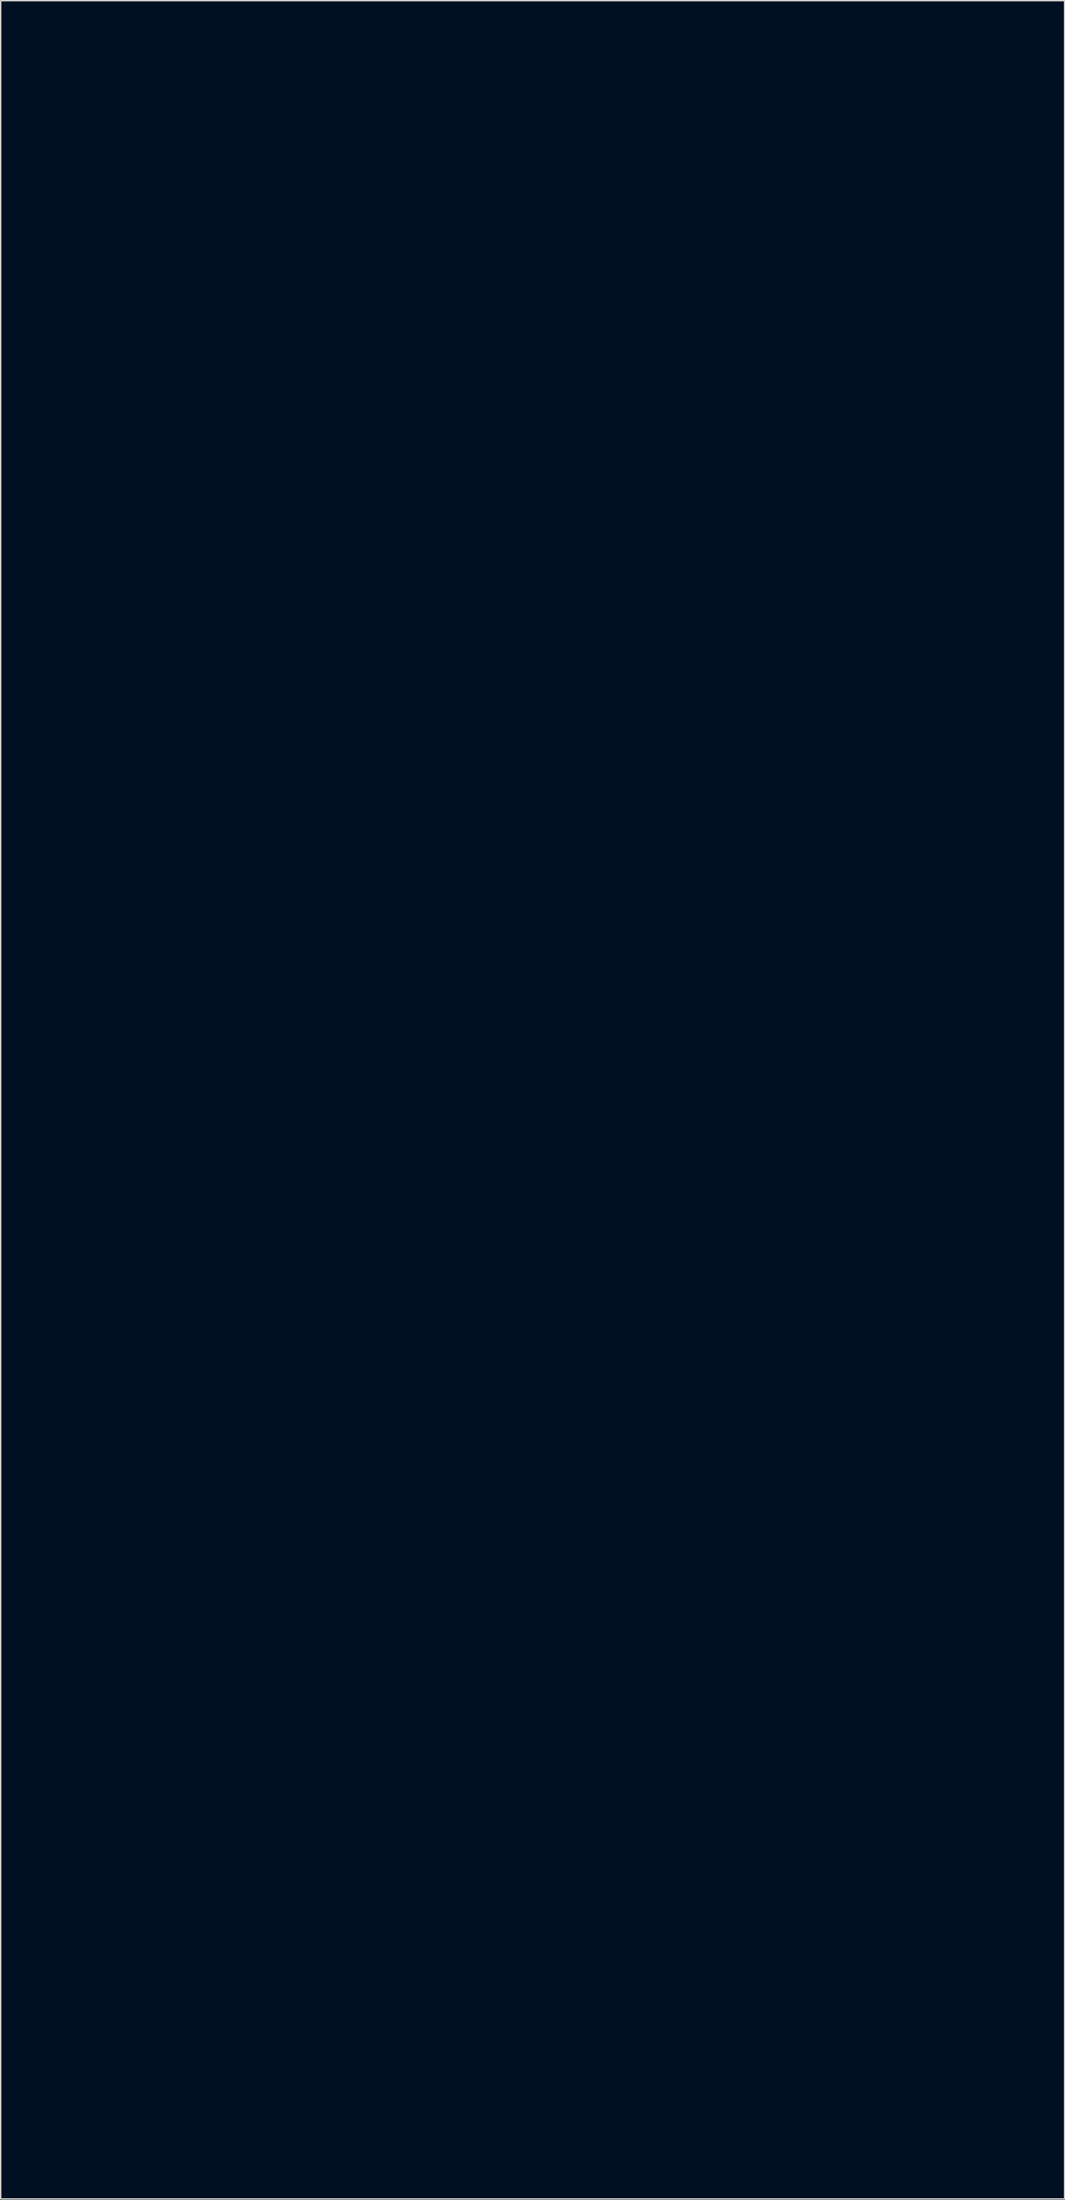
<source format=kicad_pcb>
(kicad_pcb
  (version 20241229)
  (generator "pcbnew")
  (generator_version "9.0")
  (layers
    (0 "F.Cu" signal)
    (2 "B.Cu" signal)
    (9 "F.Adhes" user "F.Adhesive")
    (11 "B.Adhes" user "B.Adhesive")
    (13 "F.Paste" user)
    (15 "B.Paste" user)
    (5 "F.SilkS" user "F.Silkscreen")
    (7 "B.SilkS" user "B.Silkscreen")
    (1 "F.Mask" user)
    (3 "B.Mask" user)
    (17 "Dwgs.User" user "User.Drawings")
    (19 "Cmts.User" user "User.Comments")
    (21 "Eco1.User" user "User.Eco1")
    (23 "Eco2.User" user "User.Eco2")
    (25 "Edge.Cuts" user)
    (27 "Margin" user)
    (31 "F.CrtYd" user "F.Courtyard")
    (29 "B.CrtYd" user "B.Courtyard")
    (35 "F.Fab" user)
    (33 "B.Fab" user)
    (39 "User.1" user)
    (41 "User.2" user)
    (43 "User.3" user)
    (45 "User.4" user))
  (footprint "Artwork_Bud_Industries_PN-1336-DGMB_121x121mm_Front"
    (layer "F.Cu")
    (at 34.515 74.509)
    (property "Reference" "Artwork_Bud_Industries_PN-1336-DGMB_121x121mm_Front" (at 0 -1 0) (layer "Eco1.User") (effects (font (size 1.524 1.524) (thickness 0.3))))
    (attr through_hole)
    (fp_poly (pts (xy 13.145 -74.495) (xy 15.812 -74.486) (xy 15.812 74.486) (xy 13.229 74.492) (xy 12.767 74.492) (xy 12.327 74.492) (xy 11.918 74.49) (xy 11.548 74.487) (xy 11.224 74.484) (xy 10.954 74.479) (xy 10.745 74.474) (xy 10.605 74.468) (xy 10.542 74.462) (xy 10.541 74.462) (xy 10.415 74.424) (xy 10.315 74.401) (xy 10.206 74.351) (xy 10.07 74.251) (xy 9.927 74.121) (xy 9.797 73.978) (xy 9.702 73.842) (xy 9.69 73.821) (xy 9.68 73.799) (xy 9.67 73.771) (xy 9.661 73.735) (xy 9.653 73.686) (xy 9.646 73.621) (xy 9.64 73.535) (xy 9.635 73.425) (xy 9.63 73.286) (xy 9.626 73.114) (xy 9.622 72.906) (xy 9.619 72.657) (xy 9.617 72.364) (xy 9.615 72.021) (xy 9.613 71.627) (xy 9.612 71.176) (xy 9.611 70.664) (xy 9.61 70.087) (xy 9.61 70.019) (xy 9.864 70.019) (xy 9.864 71.799) (xy 9.864 72.236) (xy 9.865 72.596) (xy 9.866 72.888) (xy 9.869 73.12) (xy 9.874 73.301) (xy 9.881 73.438) (xy 9.89 73.54) (xy 9.902 73.615) (xy 9.916 73.671) (xy 9.935 73.717) (xy 9.946 73.74) (xy 10.048 73.895) (xy 10.179 74.031) (xy 10.316 74.128) (xy 10.439 74.168) (xy 10.447 74.169) (xy 10.558 74.184) (xy 10.626 74.21) (xy 10.685 74.222) (xy 10.821 74.232) (xy 11.022 74.24) (xy 11.281 74.247) (xy 11.588 74.251) (xy 11.896 74.252) (xy 13.103 74.253) (xy 13.442 74.253) (xy 15.579 74.253) (xy 15.579 73.025) (xy 14.667 73.025) (xy 14.055 73.639) (xy 13.442 74.253) (xy 13.103 74.253) (xy 13.716 73.639) (xy 14.329 73.025) (xy 13.248 73.025) (xy 12.883 73.024) (xy 12.597 73.02) (xy 12.383 73.013) (xy 12.235 73.002) (xy 12.147 72.988) (xy 12.116 72.974) (xy 12.097 72.914) (xy 12.082 72.785) (xy 12.071 72.605) (xy 12.065 72.39) (xy 12.062 72.158) (xy 12.064 71.923) (xy 12.07 71.704) (xy 12.08 71.517) (xy 12.081 71.501) (xy 12.319 71.501) (xy 12.319 72.771) (xy 15.579 72.771) (xy 15.579 71.501) (xy 12.319 71.501) (xy 12.081 71.501) (xy 12.094 71.377) (xy 12.112 71.303) (xy 12.116 71.298) (xy 12.153 71.284) (xy 12.238 71.273) (xy 12.376 71.264) (xy 12.573 71.257) (xy 12.835 71.252) (xy 13.166 71.249) (xy 13.573 71.247) (xy 13.873 71.247) (xy 15.579 71.247) (xy 15.579 70.019) (xy 9.864 70.019) (xy 9.61 70.019) (xy 9.61 69.443) (xy 9.61 68.725) (xy 9.61 67.931) (xy 9.61 67.056) (xy 9.61 64.984) (xy 9.864 64.984) (xy 9.864 69.765) (xy 15.579 69.765) (xy 15.579 64.981) (xy 12.721 64.983) (xy 9.864 64.984) (xy 9.61 64.984) (xy 9.61 62.526) (xy 9.864 62.526) (xy 9.864 64.77) (xy 11.318 64.77) (xy 11.35 64.738) (xy 11.726 64.738) (xy 11.767 64.744) (xy 11.884 64.75) (xy 12.07 64.756) (xy 12.314 64.761) (xy 12.61 64.765) (xy 12.948 64.768) (xy 13.32 64.77) (xy 13.652 64.77) (xy 15.579 64.77) (xy 15.579 63.5) (xy 12.934 63.5) (xy 12.33 64.103) (xy 12.147 64.287) (xy 11.986 64.452) (xy 11.856 64.588) (xy 11.767 64.685) (xy 11.728 64.734) (xy 11.726 64.738) (xy 11.35 64.738) (xy 11.948 64.146) (xy 12.578 63.521) (xy 12.332 63.5) (xy 12.086 63.479) (xy 12.062 62.526) (xy 9.864 62.526) (xy 9.61 62.526) (xy 9.61 60.41) (xy 9.26 60.409) (xy 9.181 60.408) (xy 9.022 60.406) (xy 8.787 60.402) (xy 8.481 60.397) (xy 8.109 60.39) (xy 7.675 60.383) (xy 7.183 60.374) (xy 6.639 60.364) (xy 6.046 60.353) (xy 5.409 60.341) (xy 4.733 60.329) (xy 4.023 60.316) (xy 3.282 60.302) (xy 2.516 60.287) (xy 1.728 60.272) (xy 1.46 60.267) (xy 0.671 60.252) (xy -0.096 60.238) (xy -0.837 60.224) (xy -1.547 60.211) (xy -2.222 60.198) (xy -2.857 60.186) (xy -3.449 60.175) (xy -3.993 60.165) (xy -4.484 60.155) (xy -4.918 60.147) (xy -5.291 60.14) (xy -5.599 60.135) (xy -5.837 60.13) (xy -6 60.128) (xy -6.085 60.126) (xy -6.096 60.126) (xy -6.31 60.125) (xy -6.583 60.121) (xy -6.91 60.116) (xy -7.281 60.109) (xy -7.691 60.101) (xy -8.131 60.092) (xy -8.593 60.081) (xy -9.072 60.07) (xy -9.558 60.058) (xy -10.045 60.045) (xy -10.525 60.032) (xy -10.991 60.019) (xy -11.435 60.007) (xy -11.85 59.994) (xy -12.228 59.982) (xy -12.563 59.971) (xy -12.846 59.961) (xy -13.07 59.951) (xy -13.228 59.944) (xy -13.312 59.937) (xy -13.324 59.935) (xy -13.356 59.868) (xy -13.374 59.744) (xy -13.377 59.664) (xy -13.377 59.436) (xy -13.838 59.436) (xy -14.048 59.434) (xy -14.187 59.427) (xy -14.271 59.412) (xy -14.313 59.388) (xy -14.325 59.369) (xy -14.334 59.305) (xy -14.342 59.173) (xy -14.347 58.988) (xy -14.35 58.768) (xy -14.351 58.629) (xy -14.351 57.956) (xy -15.812 57.933) (xy -15.812 36.999) (xy -15.579 36.999) (xy -15.579 57.7) (xy -14.351 57.7) (xy -14.351 57.014) (xy -14.098 57.014) (xy -14.087 58.108) (xy -14.076 59.203) (xy -13.61 59.224) (xy -13.145 59.245) (xy -13.119 59.732) (xy -12.793 59.737) (xy -12.69 59.739) (xy -12.511 59.742) (xy -12.266 59.747) (xy -11.962 59.753) (xy -11.61 59.76) (xy -11.217 59.769) (xy -10.793 59.778) (xy -10.347 59.787) (xy -10.054 59.794) (xy -9.581 59.804) (xy -9.11 59.813) (xy -8.653 59.822) (xy -8.221 59.831) (xy -7.824 59.838) (xy -7.473 59.844) (xy -7.18 59.849) (xy -6.956 59.852) (xy -6.878 59.853) (xy -6.116 59.859) (xy -6.107 59.851) (xy -5.769 59.851) (xy -5.456 59.875) (xy -5.361 59.88) (xy -5.188 59.886) (xy -4.947 59.893) (xy -4.645 59.9) (xy -4.29 59.908) (xy -3.89 59.917) (xy -3.452 59.926) (xy -2.985 59.935) (xy -2.497 59.944) (xy -2.265 59.948) (xy -1.728 59.957) (xy -1.177 59.966) (xy -0.624 59.976) (xy -0.081 59.986) (xy 0.439 59.995) (xy 0.923 60.004) (xy 1.361 60.013) (xy 1.738 60.02) (xy 2.044 60.026) (xy 2.053 60.027) (xy 2.433 60.034) (xy 2.819 60.042) (xy 3.194 60.049) (xy 3.543 60.055) (xy 3.848 60.06) (xy 4.092 60.063) (xy 4.17 60.064) (xy 4.848 60.071) (xy 4.859 60.06) (xy 5.198 60.06) (xy 5.636 60.086) (xy 5.774 60.092) (xy 5.985 60.099) (xy 6.257 60.107) (xy 6.579 60.114) (xy 6.939 60.122) (xy 7.327 60.129) (xy 7.729 60.136) (xy 7.908 60.139) (xy 8.363 60.146) (xy 8.74 60.153) (xy 9.046 60.16) (xy 9.289 60.168) (xy 9.476 60.176) (xy 9.613 60.186) (xy 9.708 60.197) (xy 9.768 60.21) (xy 9.799 60.225) (xy 9.803 60.228) (xy 9.823 60.262) (xy 9.838 60.326) (xy 9.849 60.43) (xy 9.857 60.583) (xy 9.861 60.796) (xy 9.863 61.077) (xy 9.864 61.281) (xy 9.864 62.272) (xy 12.064 62.272) (xy 12.069 61.722) (xy 12.319 61.722) (xy 12.319 63.246) (xy 15.579 63.246) (xy 15.579 61.722) (xy 12.319 61.722) (xy 12.069 61.722) (xy 12.084 59.902) (xy 12.319 59.902) (xy 12.319 61.51) (xy 15.579 61.51) (xy 15.579 59.902) (xy 12.319 59.902) (xy 12.084 59.902) (xy 12.086 59.669) (xy 15.579 59.647) (xy 15.579 58.928) (xy 6.328 58.928) (xy 5.763 59.494) (xy 5.198 60.06) (xy 4.859 60.06) (xy 5.989 58.928) (xy -4.849 58.928) (xy -5.309 59.39) (xy -5.769 59.851) (xy -6.107 59.851) (xy -5.187 58.928) (xy -5.767 58.928) (xy -6.001 58.927) (xy -6.164 58.923) (xy -6.271 58.914) (xy -6.335 58.898) (xy -6.372 58.874) (xy -6.391 58.846) (xy -6.399 58.79) (xy -6.405 58.657) (xy -6.412 58.453) (xy -6.417 58.185) (xy -6.422 57.86) (xy -6.427 57.484) (xy -6.43 57.064) (xy -6.433 56.607) (xy -6.435 56.12) (xy -6.437 55.609) (xy -6.438 55.082) (xy -6.438 54.543) (xy -6.438 54.002) (xy -6.437 53.463) (xy -6.435 52.935) (xy -6.433 52.422) (xy -6.43 51.934) (xy -6.426 51.475) (xy -6.422 51.053) (xy -6.418 50.674) (xy -6.412 50.346) (xy -6.406 50.074) (xy -6.4 49.869) (xy -6.181 49.869) (xy -6.181 58.674) (xy 15.579 58.674) (xy 15.579 49.869) (xy -6.181 49.869) (xy -6.4 49.869) (xy -6.4 49.866) (xy -6.393 49.728) (xy -6.385 49.667) (xy -6.384 49.665) (xy -6.357 49.658) (xy -6.29 49.65) (xy -6.18 49.644) (xy -6.023 49.638) (xy -5.816 49.633) (xy -5.556 49.629) (xy -5.238 49.625) (xy -4.86 49.622) (xy -4.418 49.62) (xy -3.909 49.618) (xy -3.328 49.616) (xy -2.673 49.615) (xy -1.941 49.615) (xy -1.146 49.615) (xy 4.042 49.615) (xy 4.382 49.615) (xy 15.299 49.615) (xy 15.439 49.479) (xy 15.579 49.344) (xy 15.579 38.503) (xy 13.801 40.279) (xy 13.79 44.301) (xy 13.78 48.324) (xy 9.705 48.345) (xy 5.631 48.366) (xy 5.006 48.99) (xy 4.382 49.615) (xy 4.042 49.615) (xy 4.646 49.012) (xy 4.829 48.827) (xy 4.99 48.662) (xy 5.119 48.527) (xy 5.209 48.429) (xy 5.248 48.38) (xy 5.249 48.377) (xy 5.208 48.373) (xy 5.087 48.369) (xy 4.891 48.365) (xy 4.626 48.362) (xy 4.296 48.358) (xy 3.906 48.355) (xy 3.462 48.352) (xy 2.969 48.35) (xy 2.431 48.348) (xy 1.853 48.346) (xy 1.242 48.345) (xy 0.6 48.344) (xy -0.065 48.343) (xy -0.138 48.343) (xy -5.524 48.341) (xy -6.604 49.441) (xy -6.786 49.626) (xy -7.023 49.866) (xy -7.307 50.154) (xy -7.634 50.485) (xy -7.997 50.853) (xy -8.391 51.251) (xy -8.81 51.675) (xy -9.248 52.117) (xy -9.699 52.573) (xy -10.158 53.037) (xy -10.619 53.502) (xy -10.891 53.777) (xy -14.098 57.014) (xy -14.351 57.014) (xy -14.351 56.663) (xy -14.093 56.663) (xy -13.047 55.601) (xy -12.865 55.416) (xy -12.63 55.177) (xy -12.346 54.89) (xy -12.021 54.561) (xy -11.661 54.196) (xy -11.271 53.802) (xy -10.857 53.383) (xy -10.426 52.948) (xy -9.983 52.5) (xy -9.535 52.047) (xy -9.087 51.595) (xy -8.975 51.481) (xy -8.555 51.057) (xy -8.152 50.65) (xy -7.771 50.263) (xy -7.414 49.901) (xy -7.086 49.568) (xy -6.791 49.268) (xy -6.533 49.005) (xy -6.316 48.782) (xy -6.143 48.605) (xy -6.02 48.477) (xy -5.949 48.403) (xy -5.934 48.384) (xy -5.973 48.377) (xy -6.094 48.371) (xy -6.294 48.366) (xy -6.571 48.362) (xy -6.92 48.358) (xy -7.34 48.356) (xy -7.828 48.354) (xy -8.381 48.353) (xy -8.996 48.353) (xy -9.669 48.354) (xy -9.998 48.355) (xy -14.076 48.366) (xy -14.085 52.514) (xy -14.093 56.663) (xy -14.351 56.663) (xy -14.351 37.55) (xy -14.097 37.55) (xy -14.097 42.813) (xy -14.097 43.474) (xy -14.096 44.111) (xy -14.095 44.72) (xy -14.094 45.294) (xy -14.092 45.83) (xy -14.09 46.322) (xy -14.088 46.765) (xy -14.085 47.154) (xy -14.082 47.483) (xy -14.079 47.748) (xy -14.076 47.943) (xy -14.072 48.064) (xy -14.069 48.104) (xy -14.025 48.107) (xy -13.9 48.109) (xy -13.696 48.111) (xy -13.417 48.113) (xy -13.065 48.115) (xy -12.645 48.117) (xy -12.159 48.119) (xy -11.611 48.12) (xy -11.003 48.122) (xy -10.338 48.123) (xy -9.621 48.125) (xy -8.853 48.126) (xy -8.039 48.127) (xy -7.181 48.129) (xy -6.282 48.13) (xy -5.346 48.13) (xy -4.375 48.131) (xy -3.374 48.132) (xy -2.344 48.132) (xy -1.289 48.132) (xy -0.247 48.132) (xy 13.547 48.132) (xy 13.547 37.55) (xy -14.097 37.55) (xy -14.351 37.55) (xy -14.351 36.999) (xy -15.579 36.999) (xy -15.812 36.999) (xy -15.812 36.039) (xy -15.579 36.039) (xy -15.579 36.745) (xy -14.905 36.745) (xy -14.67 36.747) (xy -14.463 36.751) (xy -14.298 36.758) (xy -14.192 36.766) (xy -14.164 36.771) (xy -14.124 36.81) (xy -14.103 36.9) (xy -14.097 37.046) (xy -14.097 37.296) (xy -5.989 37.296) (xy -5.651 37.296) (xy 5.271 37.296) (xy 5.293 37.275) (xy 5.629 37.275) (xy 9.704 37.296) (xy 13.78 37.317) (xy 13.802 39.939) (xy 14.69 39.052) (xy 15.579 38.164) (xy 15.579 27.327) (xy 13.568 29.337) (xy 11.556 31.348) (xy 12.096 31.358) (xy 12.31 31.364) (xy 12.5 31.372) (xy 12.646 31.381) (xy 12.729 31.39) (xy 12.732 31.391) (xy 12.827 31.413) (xy 12.827 33.569) (xy 12.826 33.988) (xy 12.824 34.381) (xy 12.821 34.74) (xy 12.817 35.057) (xy 12.812 35.324) (xy 12.806 35.532) (xy 12.799 35.674) (xy 12.793 35.742) (xy 12.79 35.747) (xy 12.743 35.751) (xy 12.618 35.756) (xy 12.422 35.761) (xy 12.163 35.767) (xy 11.847 35.772) (xy 11.482 35.778) (xy 11.075 35.784) (xy 10.632 35.789) (xy 10.161 35.794) (xy 9.922 35.797) (xy 7.091 35.824) (xy 6.36 36.549) (xy 5.629 37.275) (xy 5.293 37.275) (xy 5.989 36.578) (xy 6.188 36.377) (xy 6.364 36.196) (xy 6.51 36.045) (xy 6.617 35.93) (xy 6.677 35.861) (xy 6.687 35.844) (xy 6.643 35.842) (xy 6.519 35.842) (xy 6.321 35.842) (xy 6.053 35.843) (xy 5.721 35.844) (xy 5.329 35.846) (xy 4.882 35.849) (xy 4.385 35.853) (xy 3.844 35.857) (xy 3.264 35.862) (xy 2.649 35.867) (xy 2.004 35.873) (xy 1.334 35.879) (xy 1.19 35.881) (xy -4.288 35.933) (xy -4.97 36.614) (xy -5.651 37.296) (xy -5.989 37.296) (xy -4.636 35.932) (xy -7.07 35.957) (xy -7.559 35.963) (xy -8.118 35.968) (xy -8.728 35.974) (xy -9.375 35.981) (xy -10.042 35.987) (xy -10.712 35.994) (xy -11.37 36) (xy -12 36.006) (xy -12.541 36.011) (xy -15.579 36.039) (xy -15.812 36.039) (xy -15.812 35.772) (xy -15.579 35.772) (xy -14.383 35.771) (xy -14.243 35.77) (xy -14.021 35.769) (xy -13.723 35.767) (xy -13.351 35.764) (xy -12.909 35.76) (xy -12.4 35.756) (xy -11.829 35.751) (xy -11.199 35.746) (xy -10.513 35.74) (xy -9.776 35.733) (xy -8.991 35.726) (xy -8.162 35.719) (xy -7.291 35.711) (xy -6.384 35.703) (xy -5.444 35.694) (xy -4.473 35.685) (xy -3.477 35.676) (xy -2.459 35.666) (xy -1.421 35.656) (xy -0.369 35.646) (xy -0.318 35.645) (xy 0.721 35.635) (xy 1.737 35.626) (xy 2.728 35.616) (xy 3.691 35.607) (xy 4.622 35.598) (xy 5.517 35.589) (xy 6.375 35.581) (xy 7.191 35.573) (xy 7.962 35.565) (xy 8.685 35.558) (xy 9.357 35.552) (xy 9.975 35.546) (xy 10.534 35.54) (xy 11.033 35.535) (xy 11.467 35.531) (xy 11.833 35.527) (xy 12.129 35.524) (xy 12.351 35.522) (xy 12.496 35.52) (xy 12.559 35.52) (xy 12.562 35.52) (xy 12.565 35.478) (xy 12.567 35.361) (xy 12.568 35.175) (xy 12.57 34.93) (xy 12.571 34.634) (xy 12.572 34.295) (xy 12.573 33.921) (xy 12.573 33.575) (xy 12.573 31.633) (xy 10.679 31.606) (xy 10.26 31.599) (xy 9.845 31.592) (xy 9.447 31.584) (xy 9.077 31.575) (xy 8.749 31.567) (xy 8.475 31.559) (xy 8.267 31.551) (xy 8.191 31.548) (xy 7.599 31.517) (xy 7.599 26.797) (xy 7.832 26.797) (xy 7.832 28.998) (xy 12.573 28.998) (xy 12.573 26.797) (xy 7.832 26.797) (xy 7.599 26.797) (xy 7.599 24.52) (xy 7.832 24.52) (xy 7.832 26.542) (xy 10.319 26.553) (xy 12.806 26.564) (xy 12.806 29.231) (xy 10.319 29.242) (xy 7.832 29.253) (xy 7.832 30.269) (xy 7.832 30.552) (xy 7.833 30.806) (xy 7.835 31.018) (xy 7.837 31.177) (xy 7.84 31.271) (xy 7.842 31.292) (xy 7.886 31.295) (xy 8.003 31.299) (xy 8.185 31.304) (xy 8.421 31.31) (xy 8.7 31.316) (xy 9.012 31.323) (xy 9.165 31.326) (xy 9.511 31.332) (xy 9.846 31.339) (xy 10.158 31.346) (xy 10.432 31.351) (xy 10.654 31.356) (xy 10.809 31.359) (xy 10.837 31.36) (xy 11.197 31.369) (xy 13.388 29.178) (xy 15.579 26.988) (xy 15.579 16.066) (xy 14.203 17.441) (xy 12.828 18.815) (xy 12.817 20.065) (xy 12.806 21.315) (xy 11.591 21.336) (xy 10.376 21.357) (xy 9.38 22.31) (xy 9.106 22.573) (xy 8.888 22.785) (xy 8.721 22.95) (xy 8.599 23.074) (xy 8.519 23.164) (xy 8.473 23.225) (xy 8.457 23.262) (xy 8.466 23.282) (xy 8.479 23.287) (xy 8.539 23.293) (xy 8.675 23.299) (xy 8.878 23.306) (xy 9.141 23.314) (xy 9.454 23.321) (xy 9.809 23.329) (xy 10.198 23.336) (xy 10.611 23.343) (xy 10.668 23.343) (xy 11.082 23.35) (xy 11.469 23.358) (xy 11.823 23.366) (xy 12.135 23.374) (xy 12.396 23.382) (xy 12.598 23.39) (xy 12.734 23.398) (xy 12.795 23.405) (xy 12.797 23.406) (xy 12.809 23.459) (xy 12.817 23.579) (xy 12.82 23.746) (xy 12.818 23.922) (xy 12.806 24.405) (xy 11.176 24.437) (xy 10.767 24.445) (xy 10.346 24.454) (xy 9.93 24.464) (xy 9.535 24.473) (xy 9.177 24.481) (xy 8.875 24.489) (xy 8.689 24.495) (xy 7.832 24.52) (xy 7.599 24.52) (xy 7.599 24.278) (xy 8.89 24.246) (xy 9.295 24.237) (xy 9.748 24.226) (xy 10.219 24.215) (xy 10.682 24.204) (xy 11.109 24.195) (xy 11.377 24.189) (xy 12.573 24.163) (xy 12.573 23.632) (xy 11.187 23.605) (xy 10.782 23.597) (xy 10.343 23.588) (xy 9.892 23.577) (xy 9.454 23.567) (xy 9.052 23.557) (xy 8.71 23.548) (xy 8.7 23.547) (xy 7.599 23.516) (xy 7.599 23.283) (xy 7.832 23.283) (xy 7.927 23.282) (xy 7.982 23.257) (xy 8.082 23.182) (xy 8.231 23.054) (xy 8.431 22.872) (xy 8.683 22.633) (xy 8.992 22.335) (xy 9.017 22.31) (xy 10.012 21.34) (xy 8.922 21.338) (xy 7.832 21.336) (xy 7.832 23.283) (xy 7.599 23.283) (xy 7.599 16.849) (xy 7.832 16.849) (xy 7.832 21.082) (xy 12.573 21.082) (xy 12.573 16.849) (xy 7.832 16.849) (xy 7.599 16.849) (xy 7.599 14.33) (xy 8.975 14.298) (xy 9.379 14.289) (xy 9.82 14.278) (xy 10.273 14.268) (xy 10.713 14.258) (xy 11.118 14.248) (xy 11.462 14.24) (xy 11.462 14.24) (xy 12.573 14.214) (xy 12.573 3.65) (xy 11.187 3.624) (xy 10.782 3.616) (xy 10.343 3.606) (xy 9.892 3.596) (xy 9.454 3.586) (xy 9.052 3.576) (xy 8.71 3.566) (xy 8.7 3.566) (xy 7.599 3.535) (xy 7.599 2.371) (xy 7.832 2.371) (xy 7.832 3.293) (xy 8.562 3.318) (xy 8.771 3.325) (xy 9.05 3.333) (xy 9.385 3.341) (xy 9.761 3.35) (xy 10.165 3.358) (xy 10.581 3.367) (xy 10.995 3.375) (xy 11.049 3.376) (xy 12.806 3.408) (xy 12.806 14.457) (xy 11.303 14.489) (xy 10.897 14.497) (xy 10.469 14.507) (xy 10.037 14.517) (xy 9.623 14.526) (xy 9.245 14.536) (xy 8.924 14.544) (xy 8.816 14.546) (xy 7.832 14.572) (xy 7.832 16.594) (xy 10.319 16.605) (xy 12.806 16.616) (xy 12.817 17.515) (xy 12.822 17.781) (xy 12.829 18.016) (xy 12.837 18.207) (xy 12.846 18.342) (xy 12.856 18.41) (xy 12.859 18.415) (xy 12.895 18.386) (xy 12.984 18.303) (xy 13.12 18.172) (xy 13.298 17.999) (xy 13.511 17.79) (xy 13.752 17.551) (xy 14.017 17.288) (xy 14.234 17.071) (xy 15.579 15.727) (xy 15.579 4.892) (xy 14.74 5.727) (xy 14.52 5.944) (xy 14.319 6.14) (xy 14.143 6.307) (xy 14.002 6.438) (xy 13.903 6.526) (xy 13.855 6.561) (xy 13.853 6.562) (xy 13.797 6.528) (xy 13.756 6.472) (xy 13.747 6.443) (xy 13.753 6.407) (xy 13.78 6.356) (xy 13.834 6.284) (xy 13.92 6.185) (xy 14.045 6.052) (xy 14.214 5.878) (xy 14.433 5.656) (xy 14.643 5.445) (xy 15.579 4.506) (xy 15.579 -6.286) (xy 13.123 -3.831) (xy 10.668 -1.376) (xy 11.737 -1.355) (xy 12.806 -1.333) (xy 12.806 1.333) (xy 10.376 1.344) (xy 9.799 1.348) (xy 9.305 1.352) (xy 8.89 1.357) (xy 8.55 1.363) (xy 8.284 1.37) (xy 8.088 1.379) (xy 7.959 1.388) (xy 7.895 1.399) (xy 7.888 1.403) (xy 7.869 1.437) (xy 7.854 1.51) (xy 7.843 1.631) (xy 7.837 1.809) (xy 7.833 2.053) (xy 7.832 2.371) (xy 7.599 2.371) (xy 7.599 -1.101) (xy 7.832 -1.101) (xy 7.832 1.101) (xy 12.573 1.101) (xy 12.573 -1.101) (xy 7.832 -1.101) (xy 7.599 -1.101) (xy 7.599 -3.378) (xy 7.832 -3.378) (xy 7.832 -1.355) (xy 10.266 -1.355) (xy 11.324 -2.416) (xy 12.383 -3.477) (xy 10.668 -3.452) (xy 10.268 -3.446) (xy 9.872 -3.439) (xy 9.493 -3.432) (xy 9.143 -3.424) (xy 8.838 -3.417) (xy 8.588 -3.41) (xy 8.409 -3.403) (xy 8.393 -3.403) (xy 7.832 -3.378) (xy 7.599 -3.378) (xy 7.599 -3.619) (xy 8.53 -3.651) (xy 8.804 -3.659) (xy 9.143 -3.668) (xy 9.531 -3.678) (xy 9.947 -3.687) (xy 10.374 -3.696) (xy 10.793 -3.704) (xy 11.017 -3.708) (xy 12.573 -3.735) (xy 12.573 -14.298) (xy 11.673 -14.324) (xy 11.408 -14.331) (xy 11.076 -14.339) (xy 10.696 -14.348) (xy 10.286 -14.357) (xy 9.864 -14.365) (xy 9.448 -14.373) (xy 9.223 -14.377) (xy 8.868 -14.384) (xy 8.538 -14.392) (xy 8.245 -14.4) (xy 7.997 -14.409) (xy 7.805 -14.417) (xy 7.677 -14.425) (xy 7.625 -14.433) (xy 7.625 -14.433) (xy 7.617 -14.463) (xy 7.61 -14.547) (xy 7.603 -14.685) (xy 7.598 -14.882) (xy 7.594 -15.14) (xy 7.591 -15.462) (xy 7.588 -15.851) (xy 7.587 -16.31) (xy 7.586 -16.594) (xy 7.832 -16.594) (xy 7.832 -14.657) (xy 8.985 -14.631) (xy 9.348 -14.623) (xy 9.769 -14.613) (xy 10.224 -14.603) (xy 10.685 -14.592) (xy 11.127 -14.581) (xy 11.472 -14.573) (xy 12.806 -14.541) (xy 12.827 -3.917) (xy 14.203 -5.292) (xy 15.579 -6.667) (xy 15.579 -17.457) (xy 15.456 -17.34) (xy 15.342 -17.259) (xy 15.245 -17.242) (xy 15.18 -17.287) (xy 15.164 -17.336) (xy 15.191 -17.422) (xy 15.286 -17.548) (xy 15.365 -17.63) (xy 15.579 -17.84) (xy 15.577 -23.282) (xy 15.576 -28.723) (xy 13.526 -26.649) (xy 13.182 -26.301) (xy 12.857 -25.97) (xy 12.554 -25.662) (xy 12.279 -25.381) (xy 12.036 -25.132) (xy 11.831 -24.921) (xy 11.667 -24.751) (xy 11.551 -24.629) (xy 11.486 -24.559) (xy 11.474 -24.544) (xy 11.514 -24.533) (xy 11.623 -24.522) (xy 11.789 -24.512) (xy 11.997 -24.505) (xy 12.139 -24.501) (xy 12.806 -24.49) (xy 12.818 -23.994) (xy 12.822 -23.782) (xy 12.822 -23.641) (xy 12.814 -23.554) (xy 12.797 -23.508) (xy 12.768 -23.486) (xy 12.733 -23.477) (xy 12.667 -23.471) (xy 12.527 -23.465) (xy 12.327 -23.458) (xy 12.078 -23.452) (xy 11.793 -23.446) (xy 11.482 -23.441) (xy 11.458 -23.44) (xy 10.28 -23.423) (xy 8.212 -21.357) (xy 10.509 -21.336) (xy 12.806 -21.315) (xy 12.806 -16.616) (xy 10.319 -16.605) (xy 7.832 -16.594) (xy 7.586 -16.594) (xy 7.586 -16.842) (xy 7.586 -17.449) (xy 7.586 -18.134) (xy 7.588 -18.901) (xy 7.588 -19.031) (xy 7.593 -21.082) (xy 7.832 -21.082) (xy 7.832 -16.849) (xy 12.573 -16.849) (xy 12.573 -21.082) (xy 7.832 -21.082) (xy 7.593 -21.082) (xy 7.598 -23.359) (xy 7.832 -23.359) (xy 7.832 -21.358) (xy 8.848 -22.373) (xy 9.865 -23.389) (xy 9.367 -23.403) (xy 9.105 -23.406) (xy 8.803 -23.403) (xy 8.508 -23.395) (xy 8.35 -23.388) (xy 7.832 -23.359) (xy 7.598 -23.359) (xy 7.599 -23.601) (xy 8.488 -23.632) (xy 8.747 -23.64) (xy 9.073 -23.649) (xy 9.449 -23.658) (xy 9.856 -23.668) (xy 10.279 -23.677) (xy 10.699 -23.685) (xy 10.975 -23.69) (xy 12.573 -23.717) (xy 12.573 -24.257) (xy 12.393 -24.258) (xy 12.263 -24.259) (xy 12.06 -24.262) (xy 11.796 -24.267) (xy 11.483 -24.273) (xy 11.133 -24.28) (xy 10.757 -24.287) (xy 10.369 -24.295) (xy 9.978 -24.304) (xy 9.598 -24.312) (xy 9.241 -24.32) (xy 8.917 -24.328) (xy 8.64 -24.335) (xy 8.615 -24.336) (xy 7.599 -24.363) (xy 7.599 -29.083) (xy 7.832 -29.083) (xy 7.832 -26.882) (xy 12.573 -26.882) (xy 12.573 -29.083) (xy 7.832 -29.083) (xy 7.599 -29.083) (xy 7.599 -31.277) (xy 7.832 -31.277) (xy 7.832 -29.338) (xy 10.319 -29.327) (xy 12.806 -29.316) (xy 12.806 -26.649) (xy 10.319 -26.638) (xy 7.832 -26.627) (xy 7.832 -24.598) (xy 8.371 -24.585) (xy 8.569 -24.581) (xy 8.832 -24.576) (xy 9.141 -24.572) (xy 9.475 -24.568) (xy 9.815 -24.564) (xy 10.018 -24.563) (xy 11.125 -24.553) (xy 15.579 -29.099) (xy 15.579 -39.941) (xy 14.7 -39.063) (xy 13.822 -38.185) (xy 13.78 -37.401) (xy 12.933 -37.359) (xy 12.55 -36.957) (xy 12.368 -36.766) (xy 12.172 -36.56) (xy 11.987 -36.365) (xy 11.862 -36.234) (xy 11.736 -36.099) (xy 11.635 -35.987) (xy 11.572 -35.911) (xy 11.557 -35.886) (xy 11.597 -35.876) (xy 11.707 -35.865) (xy 11.872 -35.856) (xy 12.077 -35.849) (xy 12.181 -35.847) (xy 12.806 -35.835) (xy 12.817 -33.637) (xy 12.819 -33.104) (xy 12.819 -32.653) (xy 12.818 -32.278) (xy 12.815 -31.976) (xy 12.81 -31.743) (xy 12.804 -31.574) (xy 12.795 -31.465) (xy 12.784 -31.414) (xy 12.78 -31.409) (xy 12.73 -31.403) (xy 12.603 -31.396) (xy 12.407 -31.389) (xy 12.151 -31.382) (xy 11.841 -31.374) (xy 11.486 -31.367) (xy 11.094 -31.36) (xy 10.673 -31.354) (xy 10.441 -31.351) (xy 10.003 -31.345) (xy 9.587 -31.339) (xy 9.201 -31.333) (xy 8.853 -31.326) (xy 8.552 -31.32) (xy 8.307 -31.313) (xy 8.125 -31.308) (xy 8.015 -31.302) (xy 7.99 -31.3) (xy 7.832 -31.277) (xy 7.599 -31.277) (xy 7.599 -31.517) (xy 8.191 -31.548) (xy 8.362 -31.555) (xy 8.605 -31.563) (xy 8.908 -31.571) (xy 9.258 -31.58) (xy 9.644 -31.588) (xy 10.052 -31.596) (xy 10.47 -31.603) (xy 10.679 -31.606) (xy 12.573 -31.633) (xy 12.573 -35.602) (xy 12.097 -35.607) (xy 11.851 -35.611) (xy 11.587 -35.616) (xy 11.345 -35.621) (xy 11.239 -35.624) (xy 11.137 -35.626) (xy 10.957 -35.629) (xy 10.707 -35.632) (xy 10.394 -35.636) (xy 10.027 -35.64) (xy 9.611 -35.644) (xy 9.156 -35.648) (xy 8.667 -35.653) (xy 8.152 -35.657) (xy 7.62 -35.661) (xy 7.514 -35.662) (xy 6.921 -35.667) (xy 6.302 -35.672) (xy 5.67 -35.678) (xy 5.037 -35.683) (xy 4.417 -35.688) (xy 3.822 -35.694) (xy 3.266 -35.699) (xy 2.761 -35.703) (xy 2.32 -35.708) (xy 2.095 -35.71) (xy 0.814 -35.723) (xy -0.385 -35.735) (xy -1.503 -35.746) (xy -2.543 -35.757) (xy -3.506 -35.766) (xy -4.394 -35.775) (xy -5.21 -35.783) (xy -5.955 -35.79) (xy -6.632 -35.796) (xy -7.242 -35.802) (xy -7.788 -35.807) (xy -8.271 -35.811) (xy -8.693 -35.815) (xy -9.057 -35.818) (xy -9.365 -35.82) (xy -9.618 -35.822) (xy -9.716 -35.822) (xy -10.017 -35.824) (xy -10.388 -35.826) (xy -10.815 -35.828) (xy -11.283 -35.831) (xy -11.778 -35.834) (xy -12.284 -35.838) (xy -12.788 -35.841) (xy -13.275 -35.844) (xy -13.282 -35.844) (xy -15.579 -35.86) (xy -15.579 35.772) (xy -15.812 35.772) (xy -15.812 -36.83) (xy -15.579 -36.83) (xy -15.579 -36.111) (xy -13.621 -36.1) (xy -13.208 -36.097) (xy -12.809 -36.094) (xy -12.436 -36.091) (xy -12.097 -36.088) (xy -11.805 -36.085) (xy -11.569 -36.082) (xy -11.399 -36.08) (xy -11.322 -36.078) (xy -10.981 -36.068) (xy -10.961 -36.089) (xy -10.622 -36.089) (xy -9.83 -36.077) (xy -9.554 -36.073) (xy -9.204 -36.069) (xy -8.788 -36.064) (xy -8.316 -36.058) (xy -7.797 -36.053) (xy -7.242 -36.047) (xy -6.659 -36.04) (xy -6.059 -36.034) (xy -5.45 -36.028) (xy -4.842 -36.022) (xy -4.245 -36.016) (xy -3.668 -36.01) (xy -3.122 -36.005) (xy -2.614 -36.001) (xy -2.155 -35.997) (xy -1.755 -35.994) (xy -1.423 -35.991) (xy -1.225 -35.99) (xy 0.112 -35.983) (xy 0.119 -35.991) (xy 0.486 -35.991) (xy 0.53 -35.988) (xy 0.652 -35.985) (xy 0.846 -35.982) (xy 1.107 -35.977) (xy 1.427 -35.973) (xy 1.801 -35.968) (xy 2.223 -35.963) (xy 2.687 -35.957) (xy 3.185 -35.952) (xy 3.713 -35.946) (xy 4.263 -35.94) (xy 4.831 -35.935) (xy 5.409 -35.929) (xy 5.991 -35.923) (xy 6.572 -35.918) (xy 7.144 -35.913) (xy 7.703 -35.908) (xy 8.241 -35.904) (xy 8.752 -35.899) (xy 9.231 -35.896) (xy 9.672 -35.893) (xy 10.067 -35.89) (xy 10.411 -35.888) (xy 10.698 -35.887) (xy 10.921 -35.887) (xy 11.074 -35.887) (xy 11.152 -35.889) (xy 11.16 -35.889) (xy 11.202 -35.923) (xy 11.293 -36.01) (xy 11.424 -36.141) (xy 11.587 -36.307) (xy 11.773 -36.501) (xy 11.897 -36.632) (xy 12.586 -37.359) (xy 7.193 -37.372) (xy 1.799 -37.385) (xy 1.135 -36.696) (xy 0.945 -36.497) (xy 0.778 -36.32) (xy 0.641 -36.173) (xy 0.543 -36.063) (xy 0.492 -36.001) (xy 0.486 -35.991) (xy 0.119 -35.991) (xy 0.763 -36.671) (xy 1.414 -37.359) (xy -3.982 -37.372) (xy -9.377 -37.384) (xy -9.999 -36.737) (xy -10.622 -36.089) (xy -10.961 -36.089) (xy -10.409 -36.671) (xy -10.231 -36.86) (xy -10.072 -37.03) (xy -9.942 -37.172) (xy -9.851 -37.273) (xy -9.807 -37.325) (xy -9.806 -37.327) (xy -9.814 -37.34) (xy -9.859 -37.35) (xy -9.945 -37.359) (xy -10.079 -37.365) (xy -10.266 -37.371) (xy -10.513 -37.375) (xy -10.823 -37.378) (xy -11.205 -37.379) (xy -11.662 -37.38) (xy -11.936 -37.38) (xy -14.097 -37.38) (xy -14.097 -37.131) (xy -14.103 -36.978) (xy -14.125 -36.892) (xy -14.164 -36.856) (xy -14.228 -36.847) (xy -14.36 -36.839) (xy -14.545 -36.834) (xy -14.765 -36.831) (xy -14.905 -36.83) (xy -15.579 -36.83) (xy -15.812 -36.83) (xy -15.812 -57.785) (xy -15.579 -57.785) (xy -15.579 -37.084) (xy -14.351 -37.084) (xy -14.351 -37.634) (xy -14.097 -37.634) (xy 13.547 -37.634) (xy 13.547 -48.217) (xy -0.265 -48.207) (xy -14.076 -48.197) (xy -14.087 -42.915) (xy -14.097 -37.634) (xy -14.351 -37.634) (xy -14.351 -55.049) (xy -14.097 -55.049) (xy -14.097 -51.767) (xy -14.097 -51.248) (xy -14.096 -50.753) (xy -14.094 -50.289) (xy -14.092 -49.862) (xy -14.089 -49.48) (xy -14.086 -49.149) (xy -14.082 -48.875) (xy -14.078 -48.664) (xy -14.074 -48.524) (xy -14.07 -48.461) (xy -14.069 -48.458) (xy -14.022 -48.452) (xy -13.899 -48.447) (xy -13.708 -48.442) (xy -13.456 -48.438) (xy -13.153 -48.434) (xy -12.807 -48.432) (xy -12.425 -48.43) (xy -12.017 -48.429) (xy -11.964 -48.429) (xy -9.887 -48.429) (xy -9.855 -48.461) (xy -9.483 -48.461) (xy -9.441 -48.457) (xy -9.32 -48.454) (xy -9.124 -48.45) (xy -8.859 -48.446) (xy -8.529 -48.443) (xy -8.14 -48.44) (xy -7.696 -48.438) (xy -7.202 -48.435) (xy -6.664 -48.433) (xy -6.087 -48.432) (xy -5.475 -48.43) (xy -4.834 -48.43) (xy -4.169 -48.429) (xy -4.099 -48.429) (xy 1.286 -48.429) (xy 1.318 -48.462) (xy 1.693 -48.462) (xy 1.735 -48.458) (xy 1.856 -48.454) (xy 2.052 -48.45) (xy 2.317 -48.447) (xy 2.647 -48.443) (xy 3.037 -48.44) (xy 3.481 -48.438) (xy 3.975 -48.435) (xy 4.514 -48.433) (xy 5.092 -48.432) (xy 5.705 -48.43) (xy 6.348 -48.43) (xy 7.015 -48.429) (xy 7.12 -48.429) (xy 12.546 -48.429) (xy 12.58 -48.463) (xy 12.954 -48.463) (xy 12.993 -48.449) (xy 13.099 -48.436) (xy 13.253 -48.425) (xy 13.367 -48.42) (xy 13.78 -48.408) (xy 13.801 -38.503) (xy 14.69 -39.391) (xy 15.579 -40.279) (xy 15.579 -49.699) (xy 14.162 -49.699) (xy 13.558 -49.097) (xy 13.374 -48.912) (xy 13.213 -48.747) (xy 13.084 -48.612) (xy 12.995 -48.515) (xy 12.955 -48.466) (xy 12.954 -48.463) (xy 12.58 -48.463) (xy 13.822 -49.699) (xy 8.361 -49.699) (xy 2.901 -49.699) (xy 2.297 -49.097) (xy 2.114 -48.912) (xy 1.953 -48.747) (xy 1.823 -48.611) (xy 1.734 -48.514) (xy 1.695 -48.465) (xy 1.693 -48.462) (xy 1.318 -48.462) (xy 2.561 -49.699) (xy -1.886 -49.699) (xy -2.636 -49.699) (xy -3.305 -49.7) (xy -3.897 -49.701) (xy -4.415 -49.703) (xy -4.864 -49.705) (xy -5.246 -49.709) (xy -5.566 -49.712) (xy -5.827 -49.717) (xy -6.034 -49.722) (xy -6.189 -49.728) (xy -6.297 -49.735) (xy -6.361 -49.742) (xy -6.384 -49.75) (xy -6.403 -49.8) (xy -6.417 -49.91) (xy -6.427 -50.086) (xy -6.433 -50.335) (xy -6.435 -50.662) (xy -6.435 -51.54) (xy -7.959 -50.017) (xy -8.255 -49.72) (xy -8.532 -49.441) (xy -8.784 -49.186) (xy -9.007 -48.96) (xy -9.193 -48.77) (xy -9.338 -48.62) (xy -9.435 -48.516) (xy -9.48 -48.465) (xy -9.483 -48.461) (xy -9.855 -48.461) (xy -8.161 -50.154) (xy -6.435 -51.878) (xy -6.435 -55.321) (xy -6.434 -56.05) (xy -6.432 -56.695) (xy -6.43 -57.255) (xy -6.426 -57.731) (xy -6.421 -58.123) (xy -6.415 -58.431) (xy -6.408 -58.654) (xy -6.407 -58.674) (xy -6.181 -58.674) (xy -6.18 -54.314) (xy -6.18 -49.953) (xy 15.579 -49.953) (xy 15.579 -58.674) (xy -6.181 -58.674) (xy -6.407 -58.674) (xy -6.399 -58.793) (xy -6.391 -58.846) (xy -6.381 -58.861) (xy -6.365 -58.874) (xy -6.336 -58.885) (xy -6.291 -58.894) (xy -6.222 -58.902) (xy -6.125 -58.909) (xy -5.995 -58.914) (xy -5.825 -58.918) (xy -5.61 -58.922) (xy -5.345 -58.924) (xy -5.025 -58.926) (xy -4.644 -58.927) (xy -4.196 -58.928) (xy -3.676 -58.928) (xy -3.078 -58.928) (xy -2.866 -58.928) (xy 0.615 -58.928) (xy 0.616 -58.929) (xy 0.953 -58.929) (xy 6.414 -58.928) (xy 11.875 -58.928) (xy 12.227 -58.928) (xy 15.579 -58.928) (xy 15.579 -59.732) (xy 12.951 -59.732) (xy 12.704 -59.468) (xy 12.573 -59.325) (xy 12.449 -59.188) (xy 12.355 -59.081) (xy 12.342 -59.066) (xy 12.227 -58.928) (xy 11.875 -58.928) (xy 12.233 -59.32) (xy 12.591 -59.711) (xy 12.338 -59.732) (xy 12.086 -59.754) (xy 12.075 -60.886) (xy 12.068 -61.595) (xy 12.319 -61.595) (xy 12.319 -59.986) (xy 15.579 -59.986) (xy 15.579 -61.595) (xy 12.319 -61.595) (xy 12.068 -61.595) (xy 12.064 -62.018) (xy 9.864 -62.018) (xy 9.864 -61.154) (xy 9.863 -60.847) (xy 9.859 -60.615) (xy 9.851 -60.447) (xy 9.84 -60.333) (xy 9.824 -60.264) (xy 9.804 -60.229) (xy 9.791 -60.219) (xy 9.768 -60.211) (xy 9.731 -60.203) (xy 9.676 -60.195) (xy 9.599 -60.188) (xy 9.495 -60.182) (xy 9.36 -60.175) (xy 9.19 -60.169) (xy 8.981 -60.163) (xy 8.728 -60.157) (xy 8.427 -60.151) (xy 8.074 -60.144) (xy 7.664 -60.137) (xy 7.194 -60.13) (xy 6.659 -60.122) (xy 6.055 -60.113) (xy 5.377 -60.104) (xy 4.621 -60.094) (xy 4.106 -60.087) (xy 2.095 -60.06) (xy 1.524 -59.494) (xy 0.953 -58.929) (xy 0.616 -58.929) (xy 1.713 -60.029) (xy 0.656 -60.025) (xy 0.464 -60.024) (xy 0.196 -60.022) (xy -0.143 -60.018) (xy -0.543 -60.013) (xy -0.999 -60.007) (xy -1.503 -60.001) (xy -2.047 -59.993) (xy -2.624 -59.985) (xy -3.226 -59.976) (xy -3.846 -59.967) (xy -4.477 -59.957) (xy -4.872 -59.951) (xy -9.342 -59.88) (xy -10.755 -58.441) (xy -11.084 -58.106) (xy -11.434 -57.75) (xy -11.79 -57.387) (xy -12.142 -57.03) (xy -12.477 -56.69) (xy -12.782 -56.381) (xy -13.044 -56.114) (xy -13.132 -56.025) (xy -14.097 -55.049) (xy -14.351 -55.049) (xy -14.351 -55.395) (xy -14.098 -55.395) (xy -12.48 -57.045) (xy -12.153 -57.378) (xy -11.826 -57.712) (xy -11.507 -58.037) (xy -11.205 -58.346) (xy -10.926 -58.63) (xy -10.681 -58.88) (xy -10.476 -59.089) (xy -10.32 -59.247) (xy -10.291 -59.277) (xy -9.719 -59.859) (xy -10.589 -59.859) (xy -10.93 -59.858) (xy -11.314 -59.853) (xy -11.707 -59.846) (xy -12.074 -59.838) (xy -12.289 -59.832) (xy -13.12 -59.804) (xy -13.145 -59.33) (xy -13.61 -59.309) (xy -14.076 -59.288) (xy -14.087 -57.342) (xy -14.098 -55.395) (xy -14.351 -55.395) (xy -14.351 -57.785) (xy -15.579 -57.785) (xy -15.812 -57.785) (xy -15.812 -58.018) (xy -14.351 -58.041) (xy -14.351 -58.714) (xy -14.349 -58.948) (xy -14.345 -59.156) (xy -14.339 -59.32) (xy -14.331 -59.426) (xy -14.325 -59.454) (xy -14.3 -59.484) (xy -14.242 -59.504) (xy -14.138 -59.515) (xy -13.972 -59.52) (xy -13.838 -59.521) (xy -13.377 -59.521) (xy -13.377 -59.748) (xy -13.368 -59.892) (xy -13.342 -59.992) (xy -13.324 -60.018) (xy -13.31 -60.025) (xy -13.282 -60.031) (xy -13.237 -60.036) (xy -13.171 -60.042) (xy -13.081 -60.048) (xy -12.965 -60.054) (xy -12.818 -60.059) (xy -12.639 -60.065) (xy -12.423 -60.071) (xy -12.168 -60.078) (xy -11.87 -60.084) (xy -11.527 -60.092) (xy -11.135 -60.099) (xy -10.69 -60.107) (xy -10.191 -60.116) (xy -9.633 -60.125) (xy -9.013 -60.136) (xy -8.329 -60.146) (xy -7.577 -60.158) (xy -6.754 -60.171) (xy -5.856 -60.185) (xy -4.882 -60.199) (xy -3.827 -60.215) (xy -3.471 -60.22) (xy -1.972 -60.243) (xy -0.52 -60.265) (xy 0.881 -60.286) (xy 2.225 -60.307) (xy 3.508 -60.326) (xy 4.725 -60.345) (xy 5.871 -60.363) (xy 6.941 -60.38) (xy 7.821 -60.394) (xy 9.61 -60.422) (xy 9.61 -64.855) (xy 9.864 -64.855) (xy 9.864 -62.272) (xy 12.063 -62.272) (xy 12.074 -62.918) (xy 12.082 -63.331) (xy 12.319 -63.331) (xy 12.319 -61.849) (xy 15.579 -61.849) (xy 15.579 -63.331) (xy 12.319 -63.331) (xy 12.082 -63.331) (xy 12.086 -63.563) (xy 15.579 -63.586) (xy 15.579 -64.855) (xy 9.864 -64.855) (xy 9.61 -64.855) (xy 9.611 -67.052) (xy 9.611 -69.765) (xy 9.864 -69.765) (xy 9.864 -65.066) (xy 15.579 -65.066) (xy 15.579 -69.765) (xy 9.864 -69.765) (xy 9.611 -69.765) (xy 9.612 -73.573) (xy 9.864 -73.573) (xy 9.864 -70.019) (xy 11.706 -70.019) (xy 12.045 -70.019) (xy 15.579 -70.019) (xy 15.579 -71.247) (xy 13.27 -71.247) (xy 12.658 -70.633) (xy 12.045 -70.019) (xy 11.706 -70.019) (xy 12.319 -70.633) (xy 12.932 -71.247) (xy 12.549 -71.247) (xy 12.338 -71.253) (xy 12.19 -71.27) (xy 12.117 -71.297) (xy 12.116 -71.298) (xy 12.097 -71.358) (xy 12.082 -71.487) (xy 12.071 -71.667) (xy 12.065 -71.882) (xy 12.062 -72.114) (xy 12.064 -72.349) (xy 12.07 -72.568) (xy 12.08 -72.755) (xy 12.081 -72.771) (xy 12.319 -72.771) (xy 12.319 -71.501) (xy 15.579 -71.501) (xy 15.579 -72.771) (xy 12.319 -72.771) (xy 12.081 -72.771) (xy 12.094 -72.895) (xy 12.112 -72.969) (xy 12.116 -72.974) (xy 12.157 -72.99) (xy 12.251 -73.002) (xy 12.402 -73.012) (xy 12.618 -73.019) (xy 12.903 -73.023) (xy 13.265 -73.025) (xy 13.439 -73.025) (xy 14.712 -73.025) (xy 15.052 -73.025) (xy 15.579 -73.025) (xy 15.579 -73.279) (xy 15.577 -73.413) (xy 15.572 -73.505) (xy 15.567 -73.533) (xy 15.534 -73.505) (xy 15.456 -73.431) (xy 15.348 -73.324) (xy 15.303 -73.279) (xy 15.052 -73.025) (xy 14.712 -73.025) (xy 15.146 -73.46) (xy 15.315 -73.631) (xy 15.434 -73.756) (xy 15.51 -73.848) (xy 15.554 -73.92) (xy 15.573 -73.984) (xy 15.579 -74.054) (xy 15.579 -74.073) (xy 15.579 -74.253) (xy 13.061 -74.253) (xy 10.543 -74.253) (xy 10.315 -74.141) (xy 10.171 -74.06) (xy 10.075 -73.971) (xy 9.995 -73.841) (xy 9.975 -73.801) (xy 9.864 -73.573) (xy 9.612 -73.573) (xy 9.612 -73.681) (xy 9.748 -73.935) (xy 9.828 -74.073) (xy 9.907 -74.169) (xy 10.011 -74.25) (xy 10.164 -74.337) (xy 10.181 -74.347) (xy 10.477 -74.504) (xy 13.145 -74.495)) (stroke (width 0.01) (type solid)) (fill no) (layer "Eco1.User")))
  (gr_rect
    (start -3 -3)
    (end 72.03 152.007)
    (stroke (width 0.1) (type default))
    (fill no)
    (layer "Edge.Cuts")))
</source>
